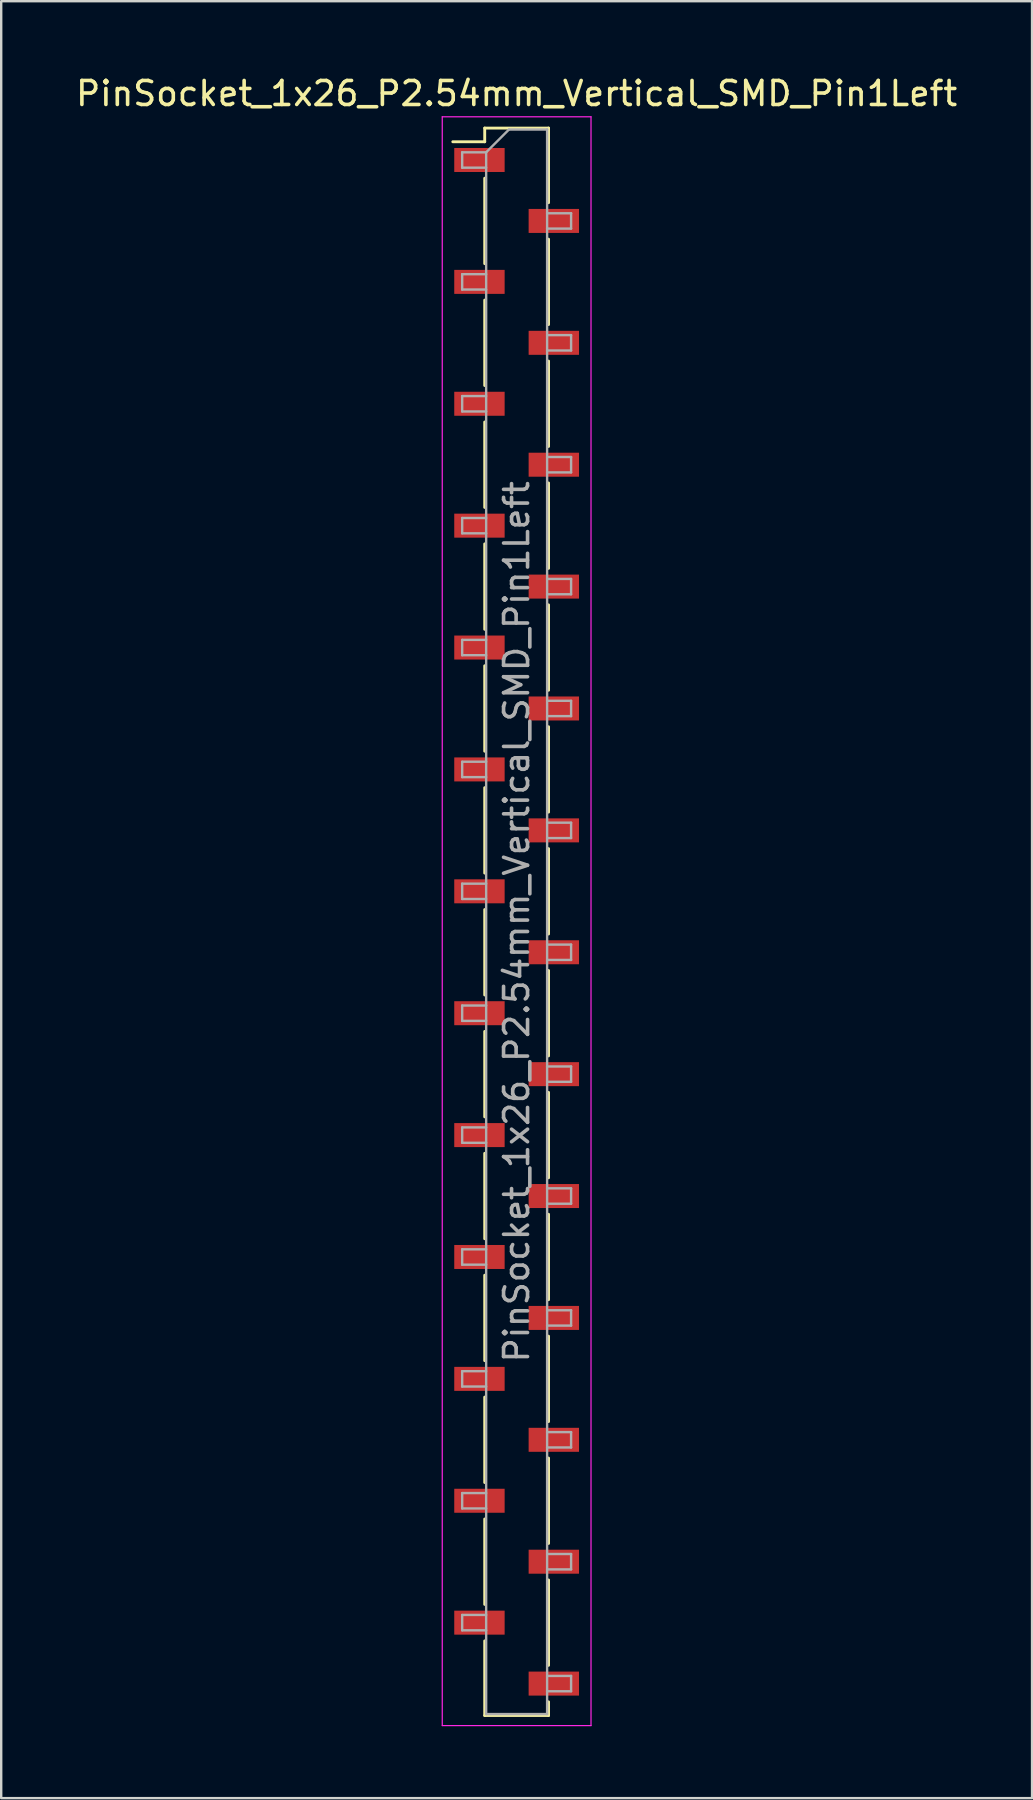
<source format=kicad_pcb>
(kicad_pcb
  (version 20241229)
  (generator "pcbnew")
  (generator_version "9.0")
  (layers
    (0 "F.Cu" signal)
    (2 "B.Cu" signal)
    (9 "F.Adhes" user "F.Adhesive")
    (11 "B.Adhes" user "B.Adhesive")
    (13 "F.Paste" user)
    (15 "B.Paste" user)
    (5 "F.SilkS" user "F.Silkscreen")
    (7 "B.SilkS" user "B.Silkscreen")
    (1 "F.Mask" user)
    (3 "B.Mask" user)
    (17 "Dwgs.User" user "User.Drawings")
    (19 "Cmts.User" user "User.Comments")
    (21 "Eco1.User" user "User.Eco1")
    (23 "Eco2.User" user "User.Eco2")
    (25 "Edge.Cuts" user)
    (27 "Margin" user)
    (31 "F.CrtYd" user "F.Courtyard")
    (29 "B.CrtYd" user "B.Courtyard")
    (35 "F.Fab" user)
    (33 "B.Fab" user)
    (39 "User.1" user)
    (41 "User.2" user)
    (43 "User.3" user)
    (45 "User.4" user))
  (footprint "PinSocket_1x26_P2.54mm_Vertical_SMD_Pin1Left"
    (layer "F.Cu")
    (at 18.482 35.368)
    (property "Reference" "PinSocket_1x26_P2.54mm_Vertical_SMD_Pin1Left" (at 0 -34.52 0) (layer "F.SilkS") (effects (font (size 1 1) (thickness 0.15))))
    (attr smd)
    (fp_line (start -2.66 -32.51) (end -1.33 -32.51) (stroke (width 0.12) (type solid)) (layer "F.SilkS"))
    (fp_line (start -1.33 -33.08) (end 1.33 -33.08) (stroke (width 0.12) (type solid)) (layer "F.SilkS"))
    (fp_line (start -1.33 -32.51) (end -1.33 -33.08) (stroke (width 0.12) (type solid)) (layer "F.SilkS"))
    (fp_line (start -1.33 -30.99) (end -1.33 -27.43) (stroke (width 0.12) (type solid)) (layer "F.SilkS"))
    (fp_line (start -1.33 -25.91) (end -1.33 -22.35) (stroke (width 0.12) (type solid)) (layer "F.SilkS"))
    (fp_line (start -1.33 -20.83) (end -1.33 -17.27) (stroke (width 0.12) (type solid)) (layer "F.SilkS"))
    (fp_line (start -1.33 -15.75) (end -1.33 -12.19) (stroke (width 0.12) (type solid)) (layer "F.SilkS"))
    (fp_line (start -1.33 -10.67) (end -1.33 -7.11) (stroke (width 0.12) (type solid)) (layer "F.SilkS"))
    (fp_line (start -1.33 -5.59) (end -1.33 -2.03) (stroke (width 0.12) (type solid)) (layer "F.SilkS"))
    (fp_line (start -1.33 -0.51) (end -1.33 3.05) (stroke (width 0.12) (type solid)) (layer "F.SilkS"))
    (fp_line (start -1.33 4.57) (end -1.33 8.13) (stroke (width 0.12) (type solid)) (layer "F.SilkS"))
    (fp_line (start -1.33 9.65) (end -1.33 13.21) (stroke (width 0.12) (type solid)) (layer "F.SilkS"))
    (fp_line (start -1.33 14.73) (end -1.33 18.29) (stroke (width 0.12) (type solid)) (layer "F.SilkS"))
    (fp_line (start -1.33 19.81) (end -1.33 23.37) (stroke (width 0.12) (type solid)) (layer "F.SilkS"))
    (fp_line (start -1.33 24.89) (end -1.33 28.45) (stroke (width 0.12) (type solid)) (layer "F.SilkS"))
    (fp_line (start -1.33 29.97) (end -1.33 33.08) (stroke (width 0.12) (type solid)) (layer "F.SilkS"))
    (fp_line (start 1.33 -33.08) (end 1.33 -29.97) (stroke (width 0.12) (type solid)) (layer "F.SilkS"))
    (fp_line (start 1.33 -28.45) (end 1.33 -24.89) (stroke (width 0.12) (type solid)) (layer "F.SilkS"))
    (fp_line (start 1.33 -23.37) (end 1.33 -19.81) (stroke (width 0.12) (type solid)) (layer "F.SilkS"))
    (fp_line (start 1.33 -18.29) (end 1.33 -14.73) (stroke (width 0.12) (type solid)) (layer "F.SilkS"))
    (fp_line (start 1.33 -13.21) (end 1.33 -9.65) (stroke (width 0.12) (type solid)) (layer "F.SilkS"))
    (fp_line (start 1.33 -8.13) (end 1.33 -4.57) (stroke (width 0.12) (type solid)) (layer "F.SilkS"))
    (fp_line (start 1.33 -3.05) (end 1.33 0.51) (stroke (width 0.12) (type solid)) (layer "F.SilkS"))
    (fp_line (start 1.33 2.03) (end 1.33 5.59) (stroke (width 0.12) (type solid)) (layer "F.SilkS"))
    (fp_line (start 1.33 7.11) (end 1.33 10.67) (stroke (width 0.12) (type solid)) (layer "F.SilkS"))
    (fp_line (start 1.33 12.19) (end 1.33 15.75) (stroke (width 0.12) (type solid)) (layer "F.SilkS"))
    (fp_line (start 1.33 17.27) (end 1.33 20.83) (stroke (width 0.12) (type solid)) (layer "F.SilkS"))
    (fp_line (start 1.33 22.35) (end 1.33 25.91) (stroke (width 0.12) (type solid)) (layer "F.SilkS"))
    (fp_line (start 1.33 27.43) (end 1.33 30.99) (stroke (width 0.12) (type solid)) (layer "F.SilkS"))
    (fp_line (start 1.33 32.51) (end 1.33 33.08) (stroke (width 0.12) (type solid)) (layer "F.SilkS"))
    (fp_line (start 1.33 33.08) (end -1.33 33.08) (stroke (width 0.12) (type solid)) (layer "F.SilkS"))
    (fp_line (start -3.1 -33.55) (end 3.1 -33.55) (stroke (width 0.05) (type solid)) (layer "F.CrtYd"))
    (fp_line (start -3.1 33.5) (end -3.1 -33.55) (stroke (width 0.05) (type solid)) (layer "F.CrtYd"))
    (fp_line (start 3.1 -33.55) (end 3.1 33.5) (stroke (width 0.05) (type solid)) (layer "F.CrtYd"))
    (fp_line (start 3.1 33.5) (end -3.1 33.5) (stroke (width 0.05) (type solid)) (layer "F.CrtYd"))
    (fp_line (start -2.27 -32.07) (end -1.27 -32.07) (stroke (width 0.1) (type solid)) (layer "F.Fab"))
    (fp_line (start -2.27 -31.43) (end -2.27 -32.07) (stroke (width 0.1) (type solid)) (layer "F.Fab"))
    (fp_line (start -2.27 -26.99) (end -1.27 -26.99) (stroke (width 0.1) (type solid)) (layer "F.Fab"))
    (fp_line (start -2.27 -26.35) (end -2.27 -26.99) (stroke (width 0.1) (type solid)) (layer "F.Fab"))
    (fp_line (start -2.27 -21.91) (end -1.27 -21.91) (stroke (width 0.1) (type solid)) (layer "F.Fab"))
    (fp_line (start -2.27 -21.27) (end -2.27 -21.91) (stroke (width 0.1) (type solid)) (layer "F.Fab"))
    (fp_line (start -2.27 -16.83) (end -1.27 -16.83) (stroke (width 0.1) (type solid)) (layer "F.Fab"))
    (fp_line (start -2.27 -16.19) (end -2.27 -16.83) (stroke (width 0.1) (type solid)) (layer "F.Fab"))
    (fp_line (start -2.27 -11.75) (end -1.27 -11.75) (stroke (width 0.1) (type solid)) (layer "F.Fab"))
    (fp_line (start -2.27 -11.11) (end -2.27 -11.75) (stroke (width 0.1) (type solid)) (layer "F.Fab"))
    (fp_line (start -2.27 -6.67) (end -1.27 -6.67) (stroke (width 0.1) (type solid)) (layer "F.Fab"))
    (fp_line (start -2.27 -6.03) (end -2.27 -6.67) (stroke (width 0.1) (type solid)) (layer "F.Fab"))
    (fp_line (start -2.27 -1.59) (end -1.27 -1.59) (stroke (width 0.1) (type solid)) (layer "F.Fab"))
    (fp_line (start -2.27 -0.95) (end -2.27 -1.59) (stroke (width 0.1) (type solid)) (layer "F.Fab"))
    (fp_line (start -2.27 3.49) (end -1.27 3.49) (stroke (width 0.1) (type solid)) (layer "F.Fab"))
    (fp_line (start -2.27 4.13) (end -2.27 3.49) (stroke (width 0.1) (type solid)) (layer "F.Fab"))
    (fp_line (start -2.27 8.57) (end -1.27 8.57) (stroke (width 0.1) (type solid)) (layer "F.Fab"))
    (fp_line (start -2.27 9.21) (end -2.27 8.57) (stroke (width 0.1) (type solid)) (layer "F.Fab"))
    (fp_line (start -2.27 13.65) (end -1.27 13.65) (stroke (width 0.1) (type solid)) (layer "F.Fab"))
    (fp_line (start -2.27 14.29) (end -2.27 13.65) (stroke (width 0.1) (type solid)) (layer "F.Fab"))
    (fp_line (start -2.27 18.73) (end -1.27 18.73) (stroke (width 0.1) (type solid)) (layer "F.Fab"))
    (fp_line (start -2.27 19.37) (end -2.27 18.73) (stroke (width 0.1) (type solid)) (layer "F.Fab"))
    (fp_line (start -2.27 23.81) (end -1.27 23.81) (stroke (width 0.1) (type solid)) (layer "F.Fab"))
    (fp_line (start -2.27 24.45) (end -2.27 23.81) (stroke (width 0.1) (type solid)) (layer "F.Fab"))
    (fp_line (start -2.27 28.89) (end -1.27 28.89) (stroke (width 0.1) (type solid)) (layer "F.Fab"))
    (fp_line (start -2.27 29.53) (end -2.27 28.89) (stroke (width 0.1) (type solid)) (layer "F.Fab"))
    (fp_line (start -1.27 -32.07) (end -0.32 -33.02) (stroke (width 0.1) (type solid)) (layer "F.Fab"))
    (fp_line (start -1.27 -31.43) (end -2.27 -31.43) (stroke (width 0.1) (type solid)) (layer "F.Fab"))
    (fp_line (start -1.27 -26.35) (end -2.27 -26.35) (stroke (width 0.1) (type solid)) (layer "F.Fab"))
    (fp_line (start -1.27 -21.27) (end -2.27 -21.27) (stroke (width 0.1) (type solid)) (layer "F.Fab"))
    (fp_line (start -1.27 -16.19) (end -2.27 -16.19) (stroke (width 0.1) (type solid)) (layer "F.Fab"))
    (fp_line (start -1.27 -11.11) (end -2.27 -11.11) (stroke (width 0.1) (type solid)) (layer "F.Fab"))
    (fp_line (start -1.27 -6.03) (end -2.27 -6.03) (stroke (width 0.1) (type solid)) (layer "F.Fab"))
    (fp_line (start -1.27 -0.95) (end -2.27 -0.95) (stroke (width 0.1) (type solid)) (layer "F.Fab"))
    (fp_line (start -1.27 4.13) (end -2.27 4.13) (stroke (width 0.1) (type solid)) (layer "F.Fab"))
    (fp_line (start -1.27 9.21) (end -2.27 9.21) (stroke (width 0.1) (type solid)) (layer "F.Fab"))
    (fp_line (start -1.27 14.29) (end -2.27 14.29) (stroke (width 0.1) (type solid)) (layer "F.Fab"))
    (fp_line (start -1.27 19.37) (end -2.27 19.37) (stroke (width 0.1) (type solid)) (layer "F.Fab"))
    (fp_line (start -1.27 24.45) (end -2.27 24.45) (stroke (width 0.1) (type solid)) (layer "F.Fab"))
    (fp_line (start -1.27 29.53) (end -2.27 29.53) (stroke (width 0.1) (type solid)) (layer "F.Fab"))
    (fp_line (start -1.27 33.02) (end -1.27 -32.07) (stroke (width 0.1) (type solid)) (layer "F.Fab"))
    (fp_line (start -0.32 -33.02) (end 1.27 -33.02) (stroke (width 0.1) (type solid)) (layer "F.Fab"))
    (fp_line (start 1.27 -33.02) (end 1.27 33.02) (stroke (width 0.1) (type solid)) (layer "F.Fab"))
    (fp_line (start 1.27 -29.53) (end 2.27 -29.53) (stroke (width 0.1) (type solid)) (layer "F.Fab"))
    (fp_line (start 1.27 -24.45) (end 2.27 -24.45) (stroke (width 0.1) (type solid)) (layer "F.Fab"))
    (fp_line (start 1.27 -19.37) (end 2.27 -19.37) (stroke (width 0.1) (type solid)) (layer "F.Fab"))
    (fp_line (start 1.27 -14.29) (end 2.27 -14.29) (stroke (width 0.1) (type solid)) (layer "F.Fab"))
    (fp_line (start 1.27 -9.21) (end 2.27 -9.21) (stroke (width 0.1) (type solid)) (layer "F.Fab"))
    (fp_line (start 1.27 -4.13) (end 2.27 -4.13) (stroke (width 0.1) (type solid)) (layer "F.Fab"))
    (fp_line (start 1.27 0.95) (end 2.27 0.95) (stroke (width 0.1) (type solid)) (layer "F.Fab"))
    (fp_line (start 1.27 6.03) (end 2.27 6.03) (stroke (width 0.1) (type solid)) (layer "F.Fab"))
    (fp_line (start 1.27 11.11) (end 2.27 11.11) (stroke (width 0.1) (type solid)) (layer "F.Fab"))
    (fp_line (start 1.27 16.19) (end 2.27 16.19) (stroke (width 0.1) (type solid)) (layer "F.Fab"))
    (fp_line (start 1.27 21.27) (end 2.27 21.27) (stroke (width 0.1) (type solid)) (layer "F.Fab"))
    (fp_line (start 1.27 26.35) (end 2.27 26.35) (stroke (width 0.1) (type solid)) (layer "F.Fab"))
    (fp_line (start 1.27 31.43) (end 2.27 31.43) (stroke (width 0.1) (type solid)) (layer "F.Fab"))
    (fp_line (start 1.27 33.02) (end -1.27 33.02) (stroke (width 0.1) (type solid)) (layer "F.Fab"))
    (fp_line (start 2.27 -29.53) (end 2.27 -28.89) (stroke (width 0.1) (type solid)) (layer "F.Fab"))
    (fp_line (start 2.27 -28.89) (end 1.27 -28.89) (stroke (width 0.1) (type solid)) (layer "F.Fab"))
    (fp_line (start 2.27 -24.45) (end 2.27 -23.81) (stroke (width 0.1) (type solid)) (layer "F.Fab"))
    (fp_line (start 2.27 -23.81) (end 1.27 -23.81) (stroke (width 0.1) (type solid)) (layer "F.Fab"))
    (fp_line (start 2.27 -19.37) (end 2.27 -18.73) (stroke (width 0.1) (type solid)) (layer "F.Fab"))
    (fp_line (start 2.27 -18.73) (end 1.27 -18.73) (stroke (width 0.1) (type solid)) (layer "F.Fab"))
    (fp_line (start 2.27 -14.29) (end 2.27 -13.65) (stroke (width 0.1) (type solid)) (layer "F.Fab"))
    (fp_line (start 2.27 -13.65) (end 1.27 -13.65) (stroke (width 0.1) (type solid)) (layer "F.Fab"))
    (fp_line (start 2.27 -9.21) (end 2.27 -8.57) (stroke (width 0.1) (type solid)) (layer "F.Fab"))
    (fp_line (start 2.27 -8.57) (end 1.27 -8.57) (stroke (width 0.1) (type solid)) (layer "F.Fab"))
    (fp_line (start 2.27 -4.13) (end 2.27 -3.49) (stroke (width 0.1) (type solid)) (layer "F.Fab"))
    (fp_line (start 2.27 -3.49) (end 1.27 -3.49) (stroke (width 0.1) (type solid)) (layer "F.Fab"))
    (fp_line (start 2.27 0.95) (end 2.27 1.59) (stroke (width 0.1) (type solid)) (layer "F.Fab"))
    (fp_line (start 2.27 1.59) (end 1.27 1.59) (stroke (width 0.1) (type solid)) (layer "F.Fab"))
    (fp_line (start 2.27 6.03) (end 2.27 6.67) (stroke (width 0.1) (type solid)) (layer "F.Fab"))
    (fp_line (start 2.27 6.67) (end 1.27 6.67) (stroke (width 0.1) (type solid)) (layer "F.Fab"))
    (fp_line (start 2.27 11.11) (end 2.27 11.75) (stroke (width 0.1) (type solid)) (layer "F.Fab"))
    (fp_line (start 2.27 11.75) (end 1.27 11.75) (stroke (width 0.1) (type solid)) (layer "F.Fab"))
    (fp_line (start 2.27 16.19) (end 2.27 16.83) (stroke (width 0.1) (type solid)) (layer "F.Fab"))
    (fp_line (start 2.27 16.83) (end 1.27 16.83) (stroke (width 0.1) (type solid)) (layer "F.Fab"))
    (fp_line (start 2.27 21.27) (end 2.27 21.91) (stroke (width 0.1) (type solid)) (layer "F.Fab"))
    (fp_line (start 2.27 21.91) (end 1.27 21.91) (stroke (width 0.1) (type solid)) (layer "F.Fab"))
    (fp_line (start 2.27 26.35) (end 2.27 26.99) (stroke (width 0.1) (type solid)) (layer "F.Fab"))
    (fp_line (start 2.27 26.99) (end 1.27 26.99) (stroke (width 0.1) (type solid)) (layer "F.Fab"))
    (fp_line (start 2.27 31.43) (end 2.27 32.07) (stroke (width 0.1) (type solid)) (layer "F.Fab"))
    (fp_line (start 2.27 32.07) (end 1.27 32.07) (stroke (width 0.1) (type solid)) (layer "F.Fab"))
    (fp_text user "${REFERENCE}" (at 0 0 90) (layer "F.Fab") (effects (font (size 1 1) (thickness 0.15))))
    (pad "1" smd rect (at -1.55 -31.75) (size 2.1 1) (layers "F.Cu" "F.Mask" "F.Paste"))
    (pad "2" smd rect (at 1.55 -29.21) (size 2.1 1) (layers "F.Cu" "F.Mask" "F.Paste"))
    (pad "3" smd rect (at -1.55 -26.67) (size 2.1 1) (layers "F.Cu" "F.Mask" "F.Paste"))
    (pad "4" smd rect (at 1.55 -24.13) (size 2.1 1) (layers "F.Cu" "F.Mask" "F.Paste"))
    (pad "5" smd rect (at -1.55 -21.59) (size 2.1 1) (layers "F.Cu" "F.Mask" "F.Paste"))
    (pad "6" smd rect (at 1.55 -19.05) (size 2.1 1) (layers "F.Cu" "F.Mask" "F.Paste"))
    (pad "7" smd rect (at -1.55 -16.51) (size 2.1 1) (layers "F.Cu" "F.Mask" "F.Paste"))
    (pad "8" smd rect (at 1.55 -13.97) (size 2.1 1) (layers "F.Cu" "F.Mask" "F.Paste"))
    (pad "9" smd rect (at -1.55 -11.43) (size 2.1 1) (layers "F.Cu" "F.Mask" "F.Paste"))
    (pad "10" smd rect (at 1.55 -8.89) (size 2.1 1) (layers "F.Cu" "F.Mask" "F.Paste"))
    (pad "11" smd rect (at -1.55 -6.35) (size 2.1 1) (layers "F.Cu" "F.Mask" "F.Paste"))
    (pad "12" smd rect (at 1.55 -3.81) (size 2.1 1) (layers "F.Cu" "F.Mask" "F.Paste"))
    (pad "13" smd rect (at -1.55 -1.27) (size 2.1 1) (layers "F.Cu" "F.Mask" "F.Paste"))
    (pad "14" smd rect (at 1.55 1.27) (size 2.1 1) (layers "F.Cu" "F.Mask" "F.Paste"))
    (pad "15" smd rect (at -1.55 3.81) (size 2.1 1) (layers "F.Cu" "F.Mask" "F.Paste"))
    (pad "16" smd rect (at 1.55 6.35) (size 2.1 1) (layers "F.Cu" "F.Mask" "F.Paste"))
    (pad "17" smd rect (at -1.55 8.89) (size 2.1 1) (layers "F.Cu" "F.Mask" "F.Paste"))
    (pad "18" smd rect (at 1.55 11.43) (size 2.1 1) (layers "F.Cu" "F.Mask" "F.Paste"))
    (pad "19" smd rect (at -1.55 13.97) (size 2.1 1) (layers "F.Cu" "F.Mask" "F.Paste"))
    (pad "20" smd rect (at 1.55 16.51) (size 2.1 1) (layers "F.Cu" "F.Mask" "F.Paste"))
    (pad "21" smd rect (at -1.55 19.05) (size 2.1 1) (layers "F.Cu" "F.Mask" "F.Paste"))
    (pad "22" smd rect (at 1.55 21.59) (size 2.1 1) (layers "F.Cu" "F.Mask" "F.Paste"))
    (pad "23" smd rect (at -1.55 24.13) (size 2.1 1) (layers "F.Cu" "F.Mask" "F.Paste"))
    (pad "24" smd rect (at 1.55 26.67) (size 2.1 1) (layers "F.Cu" "F.Mask" "F.Paste"))
    (pad "25" smd rect (at -1.55 29.21) (size 2.1 1) (layers "F.Cu" "F.Mask" "F.Paste"))
    (pad "26" smd rect (at 1.55 31.75) (size 2.1 1) (layers "F.Cu" "F.Mask" "F.Paste")))
  (gr_rect
    (start -3 -3)
    (end 39.964 71.893)
    (stroke (width 0.1) (type default))
    (fill no)
    (layer "Edge.Cuts")))
</source>
